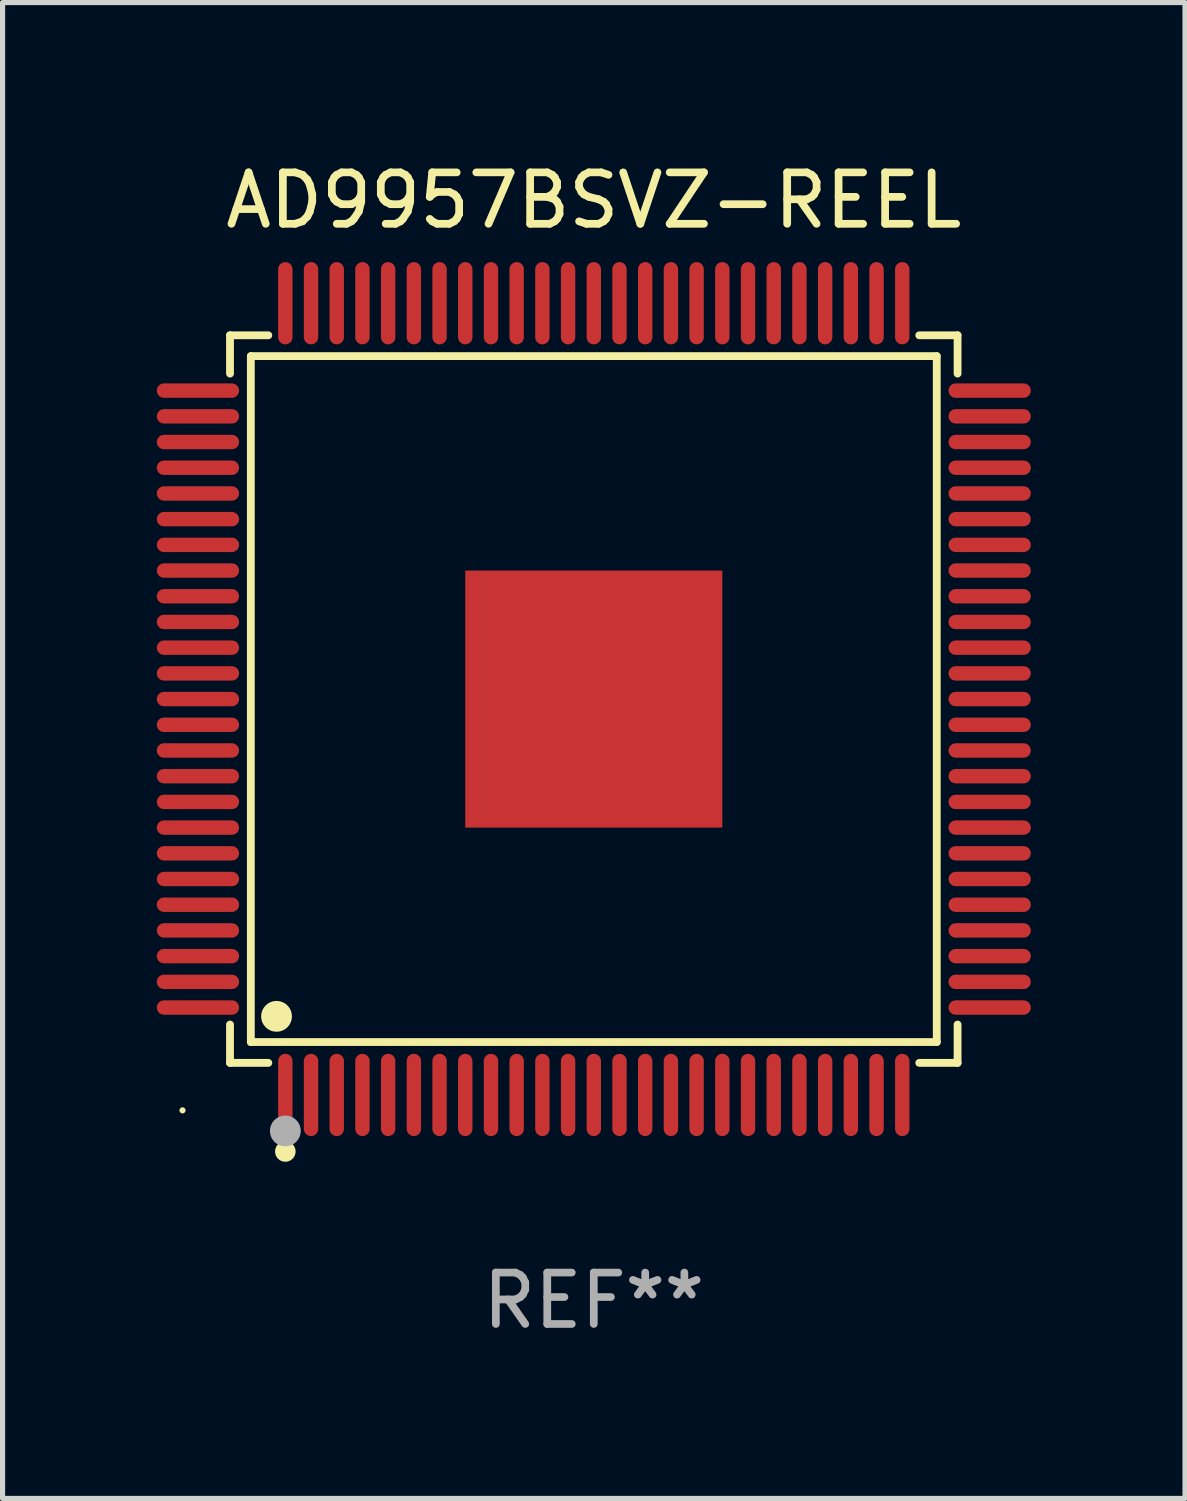
<source format=kicad_pcb>
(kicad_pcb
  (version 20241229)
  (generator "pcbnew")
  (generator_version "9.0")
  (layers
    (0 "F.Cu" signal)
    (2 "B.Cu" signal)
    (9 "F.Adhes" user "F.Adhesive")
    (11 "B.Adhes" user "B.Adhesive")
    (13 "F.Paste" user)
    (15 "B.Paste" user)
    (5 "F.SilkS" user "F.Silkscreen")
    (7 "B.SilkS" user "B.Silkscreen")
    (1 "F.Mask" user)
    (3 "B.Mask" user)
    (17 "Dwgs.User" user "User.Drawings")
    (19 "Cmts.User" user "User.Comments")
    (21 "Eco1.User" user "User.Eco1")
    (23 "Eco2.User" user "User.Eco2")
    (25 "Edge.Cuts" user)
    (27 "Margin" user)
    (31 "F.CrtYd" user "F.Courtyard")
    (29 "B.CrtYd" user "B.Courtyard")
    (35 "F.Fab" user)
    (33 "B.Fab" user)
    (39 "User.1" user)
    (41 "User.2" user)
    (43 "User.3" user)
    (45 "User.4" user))
  (footprint "AD9957BSVZ-REEL"
    (layer "F.Cu")
    (at 8.5 10.548)
    (property "Reference" "AD9957BSVZ-REEL" (at 0 -9.7 0) (layer "F.SilkS") (effects (font (size 1 1) (thickness 0.15))))
    (attr through_hole)
    (fp_line (start -7.076 -7.076) (end -6.331 -7.076) (stroke (width 0.152) (type solid)) (layer "F.SilkS"))
    (fp_line (start -7.076 -6.331) (end -7.076 -7.076) (stroke (width 0.152) (type solid)) (layer "F.SilkS"))
    (fp_line (start -7.076 6.331) (end -7.076 7.076) (stroke (width 0.152) (type solid)) (layer "F.SilkS"))
    (fp_line (start -7.076 7.076) (end -6.331 7.076) (stroke (width 0.152) (type solid)) (layer "F.SilkS"))
    (fp_line (start -6.671 -6.671) (end 6.671 -6.671) (stroke (width 0.152) (type solid)) (layer "F.SilkS"))
    (fp_line (start -6.671 6.671) (end -6.671 -6.671) (stroke (width 0.152) (type solid)) (layer "F.SilkS"))
    (fp_line (start 6.671 -6.671) (end 6.671 6.671) (stroke (width 0.152) (type solid)) (layer "F.SilkS"))
    (fp_line (start 6.671 6.671) (end -6.671 6.671) (stroke (width 0.152) (type solid)) (layer "F.SilkS"))
    (fp_line (start 7.076 -7.076) (end 6.331 -7.076) (stroke (width 0.152) (type solid)) (layer "F.SilkS"))
    (fp_line (start 7.076 -6.331) (end 7.076 -7.076) (stroke (width 0.152) (type solid)) (layer "F.SilkS"))
    (fp_line (start 7.076 6.331) (end 7.076 7.076) (stroke (width 0.152) (type solid)) (layer "F.SilkS"))
    (fp_line (start 7.076 7.076) (end 6.331 7.076) (stroke (width 0.152) (type solid)) (layer "F.SilkS"))
    (fp_circle (center -8 8) (end -7.97 8) (stroke (width 0.06) (type solid)) (fill no) (layer "F.SilkS"))
    (fp_circle (center -6.171 6.171) (end -6.021 6.171) (stroke (width 0.3) (type solid)) (fill no) (layer "F.SilkS"))
    (fp_circle (center -6 8.8) (end -5.9 8.8) (stroke (width 0.2) (type solid)) (fill no) (layer "F.SilkS"))
    (fp_circle (center -6 8.4) (end -5.85 8.4) (stroke (width 0.3) (type solid)) (fill no) (layer "F.Fab"))
    (fp_text user "REF**" (at 0 11.7 0) (layer "F.Fab") (effects (font (size 1 1) (thickness 0.15))))
    (pad "1" smd oval (at -6 7.7) (size 0.28 1.6) (layers "F.Cu" "F.Mask" "F.Paste"))
    (pad "2" smd oval (at -5.5 7.7) (size 0.28 1.6) (layers "F.Cu" "F.Mask" "F.Paste"))
    (pad "3" smd oval (at -5 7.7) (size 0.28 1.6) (layers "F.Cu" "F.Mask" "F.Paste"))
    (pad "4" smd oval (at -4.5 7.7) (size 0.28 1.6) (layers "F.Cu" "F.Mask" "F.Paste"))
    (pad "5" smd oval (at -4 7.7) (size 0.28 1.6) (layers "F.Cu" "F.Mask" "F.Paste"))
    (pad "6" smd oval (at -3.5 7.7) (size 0.28 1.6) (layers "F.Cu" "F.Mask" "F.Paste"))
    (pad "7" smd oval (at -3 7.7) (size 0.28 1.6) (layers "F.Cu" "F.Mask" "F.Paste"))
    (pad "8" smd oval (at -2.5 7.7) (size 0.28 1.6) (layers "F.Cu" "F.Mask" "F.Paste"))
    (pad "9" smd oval (at -2 7.7) (size 0.28 1.6) (layers "F.Cu" "F.Mask" "F.Paste"))
    (pad "10" smd oval (at -1.5 7.7) (size 0.28 1.6) (layers "F.Cu" "F.Mask" "F.Paste"))
    (pad "11" smd oval (at -1 7.7) (size 0.28 1.6) (layers "F.Cu" "F.Mask" "F.Paste"))
    (pad "12" smd oval (at -0.5 7.7) (size 0.28 1.6) (layers "F.Cu" "F.Mask" "F.Paste"))
    (pad "13" smd oval (at 0 7.7) (size 0.28 1.6) (layers "F.Cu" "F.Mask" "F.Paste"))
    (pad "14" smd oval (at 0.5 7.7) (size 0.28 1.6) (layers "F.Cu" "F.Mask" "F.Paste"))
    (pad "15" smd oval (at 1 7.7) (size 0.28 1.6) (layers "F.Cu" "F.Mask" "F.Paste"))
    (pad "16" smd oval (at 1.5 7.7) (size 0.28 1.6) (layers "F.Cu" "F.Mask" "F.Paste"))
    (pad "17" smd oval (at 2 7.7) (size 0.28 1.6) (layers "F.Cu" "F.Mask" "F.Paste"))
    (pad "18" smd oval (at 2.5 7.7) (size 0.28 1.6) (layers "F.Cu" "F.Mask" "F.Paste"))
    (pad "19" smd oval (at 3 7.7) (size 0.28 1.6) (layers "F.Cu" "F.Mask" "F.Paste"))
    (pad "20" smd oval (at 3.5 7.7) (size 0.28 1.6) (layers "F.Cu" "F.Mask" "F.Paste"))
    (pad "21" smd oval (at 4 7.7) (size 0.28 1.6) (layers "F.Cu" "F.Mask" "F.Paste"))
    (pad "22" smd oval (at 4.5 7.7) (size 0.28 1.6) (layers "F.Cu" "F.Mask" "F.Paste"))
    (pad "23" smd oval (at 5 7.7) (size 0.28 1.6) (layers "F.Cu" "F.Mask" "F.Paste"))
    (pad "24" smd oval (at 5.5 7.7) (size 0.28 1.6) (layers "F.Cu" "F.Mask" "F.Paste"))
    (pad "25" smd oval (at 6 7.7) (size 0.28 1.6) (layers "F.Cu" "F.Mask" "F.Paste"))
    (pad "26" smd oval (at 7.7 6) (size 1.6 0.28) (layers "F.Cu" "F.Mask" "F.Paste"))
    (pad "27" smd oval (at 7.7 5.5) (size 1.6 0.28) (layers "F.Cu" "F.Mask" "F.Paste"))
    (pad "28" smd oval (at 7.7 5) (size 1.6 0.28) (layers "F.Cu" "F.Mask" "F.Paste"))
    (pad "29" smd oval (at 7.7 4.5) (size 1.6 0.28) (layers "F.Cu" "F.Mask" "F.Paste"))
    (pad "30" smd oval (at 7.7 4) (size 1.6 0.28) (layers "F.Cu" "F.Mask" "F.Paste"))
    (pad "31" smd oval (at 7.7 3.5) (size 1.6 0.28) (layers "F.Cu" "F.Mask" "F.Paste"))
    (pad "32" smd oval (at 7.7 3) (size 1.6 0.28) (layers "F.Cu" "F.Mask" "F.Paste"))
    (pad "33" smd oval (at 7.7 2.5) (size 1.6 0.28) (layers "F.Cu" "F.Mask" "F.Paste"))
    (pad "34" smd oval (at 7.7 2) (size 1.6 0.28) (layers "F.Cu" "F.Mask" "F.Paste"))
    (pad "35" smd oval (at 7.7 1.5) (size 1.6 0.28) (layers "F.Cu" "F.Mask" "F.Paste"))
    (pad "36" smd oval (at 7.7 1) (size 1.6 0.28) (layers "F.Cu" "F.Mask" "F.Paste"))
    (pad "37" smd oval (at 7.7 0.5) (size 1.6 0.28) (layers "F.Cu" "F.Mask" "F.Paste"))
    (pad "38" smd oval (at 7.7 0) (size 1.6 0.28) (layers "F.Cu" "F.Mask" "F.Paste"))
    (pad "39" smd oval (at 7.7 -0.5) (size 1.6 0.28) (layers "F.Cu" "F.Mask" "F.Paste"))
    (pad "40" smd oval (at 7.7 -1) (size 1.6 0.28) (layers "F.Cu" "F.Mask" "F.Paste"))
    (pad "41" smd oval (at 7.7 -1.5) (size 1.6 0.28) (layers "F.Cu" "F.Mask" "F.Paste"))
    (pad "42" smd oval (at 7.7 -2) (size 1.6 0.28) (layers "F.Cu" "F.Mask" "F.Paste"))
    (pad "43" smd oval (at 7.7 -2.5) (size 1.6 0.28) (layers "F.Cu" "F.Mask" "F.Paste"))
    (pad "44" smd oval (at 7.7 -3) (size 1.6 0.28) (layers "F.Cu" "F.Mask" "F.Paste"))
    (pad "45" smd oval (at 7.7 -3.5) (size 1.6 0.28) (layers "F.Cu" "F.Mask" "F.Paste"))
    (pad "46" smd oval (at 7.7 -4) (size 1.6 0.28) (layers "F.Cu" "F.Mask" "F.Paste"))
    (pad "47" smd oval (at 7.7 -4.5) (size 1.6 0.28) (layers "F.Cu" "F.Mask" "F.Paste"))
    (pad "48" smd oval (at 7.7 -5) (size 1.6 0.28) (layers "F.Cu" "F.Mask" "F.Paste"))
    (pad "49" smd oval (at 7.7 -5.5) (size 1.6 0.28) (layers "F.Cu" "F.Mask" "F.Paste"))
    (pad "50" smd oval (at 7.7 -6) (size 1.6 0.28) (layers "F.Cu" "F.Mask" "F.Paste"))
    (pad "51" smd oval (at 6 -7.7) (size 0.28 1.6) (layers "F.Cu" "F.Mask" "F.Paste"))
    (pad "52" smd oval (at 5.5 -7.7) (size 0.28 1.6) (layers "F.Cu" "F.Mask" "F.Paste"))
    (pad "53" smd oval (at 5 -7.7) (size 0.28 1.6) (layers "F.Cu" "F.Mask" "F.Paste"))
    (pad "54" smd oval (at 4.5 -7.7) (size 0.28 1.6) (layers "F.Cu" "F.Mask" "F.Paste"))
    (pad "55" smd oval (at 4 -7.7) (size 0.28 1.6) (layers "F.Cu" "F.Mask" "F.Paste"))
    (pad "56" smd oval (at 3.5 -7.7) (size 0.28 1.6) (layers "F.Cu" "F.Mask" "F.Paste"))
    (pad "57" smd oval (at 3 -7.7) (size 0.28 1.6) (layers "F.Cu" "F.Mask" "F.Paste"))
    (pad "58" smd oval (at 2.5 -7.7) (size 0.28 1.6) (layers "F.Cu" "F.Mask" "F.Paste"))
    (pad "59" smd oval (at 2 -7.7) (size 0.28 1.6) (layers "F.Cu" "F.Mask" "F.Paste"))
    (pad "60" smd oval (at 1.5 -7.7) (size 0.28 1.6) (layers "F.Cu" "F.Mask" "F.Paste"))
    (pad "61" smd oval (at 1 -7.7) (size 0.28 1.6) (layers "F.Cu" "F.Mask" "F.Paste"))
    (pad "62" smd oval (at 0.5 -7.7) (size 0.28 1.6) (layers "F.Cu" "F.Mask" "F.Paste"))
    (pad "63" smd oval (at 0 -7.7) (size 0.28 1.6) (layers "F.Cu" "F.Mask" "F.Paste"))
    (pad "64" smd oval (at -0.5 -7.7) (size 0.28 1.6) (layers "F.Cu" "F.Mask" "F.Paste"))
    (pad "65" smd oval (at -1 -7.7) (size 0.28 1.6) (layers "F.Cu" "F.Mask" "F.Paste"))
    (pad "66" smd oval (at -1.5 -7.7) (size 0.28 1.6) (layers "F.Cu" "F.Mask" "F.Paste"))
    (pad "67" smd oval (at -2 -7.7) (size 0.28 1.6) (layers "F.Cu" "F.Mask" "F.Paste"))
    (pad "68" smd oval (at -2.5 -7.7) (size 0.28 1.6) (layers "F.Cu" "F.Mask" "F.Paste"))
    (pad "69" smd oval (at -3 -7.7) (size 0.28 1.6) (layers "F.Cu" "F.Mask" "F.Paste"))
    (pad "70" smd oval (at -3.5 -7.7) (size 0.28 1.6) (layers "F.Cu" "F.Mask" "F.Paste"))
    (pad "71" smd oval (at -4 -7.7) (size 0.28 1.6) (layers "F.Cu" "F.Mask" "F.Paste"))
    (pad "72" smd oval (at -4.5 -7.7) (size 0.28 1.6) (layers "F.Cu" "F.Mask" "F.Paste"))
    (pad "73" smd oval (at -5 -7.7) (size 0.28 1.6) (layers "F.Cu" "F.Mask" "F.Paste"))
    (pad "74" smd oval (at -5.5 -7.7) (size 0.28 1.6) (layers "F.Cu" "F.Mask" "F.Paste"))
    (pad "75" smd oval (at -6 -7.7) (size 0.28 1.6) (layers "F.Cu" "F.Mask" "F.Paste"))
    (pad "76" smd oval (at -7.7 -6) (size 1.6 0.28) (layers "F.Cu" "F.Mask" "F.Paste"))
    (pad "77" smd oval (at -7.7 -5.5) (size 1.6 0.28) (layers "F.Cu" "F.Mask" "F.Paste"))
    (pad "78" smd oval (at -7.7 -5) (size 1.6 0.28) (layers "F.Cu" "F.Mask" "F.Paste"))
    (pad "79" smd oval (at -7.7 -4.5) (size 1.6 0.28) (layers "F.Cu" "F.Mask" "F.Paste"))
    (pad "80" smd oval (at -7.7 -4) (size 1.6 0.28) (layers "F.Cu" "F.Mask" "F.Paste"))
    (pad "81" smd oval (at -7.7 -3.5) (size 1.6 0.28) (layers "F.Cu" "F.Mask" "F.Paste"))
    (pad "82" smd oval (at -7.7 -3) (size 1.6 0.28) (layers "F.Cu" "F.Mask" "F.Paste"))
    (pad "83" smd oval (at -7.7 -2.5) (size 1.6 0.28) (layers "F.Cu" "F.Mask" "F.Paste"))
    (pad "84" smd oval (at -7.7 -2) (size 1.6 0.28) (layers "F.Cu" "F.Mask" "F.Paste"))
    (pad "85" smd oval (at -7.7 -1.5) (size 1.6 0.28) (layers "F.Cu" "F.Mask" "F.Paste"))
    (pad "86" smd oval (at -7.7 -1) (size 1.6 0.28) (layers "F.Cu" "F.Mask" "F.Paste"))
    (pad "87" smd oval (at -7.7 -0.5) (size 1.6 0.28) (layers "F.Cu" "F.Mask" "F.Paste"))
    (pad "88" smd oval (at -7.7 0) (size 1.6 0.28) (layers "F.Cu" "F.Mask" "F.Paste"))
    (pad "89" smd oval (at -7.7 0.5) (size 1.6 0.28) (layers "F.Cu" "F.Mask" "F.Paste"))
    (pad "90" smd oval (at -7.7 1) (size 1.6 0.28) (layers "F.Cu" "F.Mask" "F.Paste"))
    (pad "91" smd oval (at -7.7 1.5) (size 1.6 0.28) (layers "F.Cu" "F.Mask" "F.Paste"))
    (pad "92" smd oval (at -7.7 2) (size 1.6 0.28) (layers "F.Cu" "F.Mask" "F.Paste"))
    (pad "93" smd oval (at -7.7 2.5) (size 1.6 0.28) (layers "F.Cu" "F.Mask" "F.Paste"))
    (pad "94" smd oval (at -7.7 3) (size 1.6 0.28) (layers "F.Cu" "F.Mask" "F.Paste"))
    (pad "95" smd oval (at -7.7 3.5) (size 1.6 0.28) (layers "F.Cu" "F.Mask" "F.Paste"))
    (pad "96" smd oval (at -7.7 4) (size 1.6 0.28) (layers "F.Cu" "F.Mask" "F.Paste"))
    (pad "97" smd oval (at -7.7 4.5) (size 1.6 0.28) (layers "F.Cu" "F.Mask" "F.Paste"))
    (pad "98" smd oval (at -7.7 5) (size 1.6 0.28) (layers "F.Cu" "F.Mask" "F.Paste"))
    (pad "99" smd oval (at -7.7 5.5) (size 1.6 0.28) (layers "F.Cu" "F.Mask" "F.Paste"))
    (pad "100" smd oval (at -7.7 6) (size 1.6 0.28) (layers "F.Cu" "F.Mask" "F.Paste"))
    (pad "101" smd rect (at 0 0) (size 5 5) (layers "F.Cu" "F.Mask" "F.Paste")))
  (gr_rect
    (start -3 -3)
    (end 20 26.097)
    (stroke (width 0.1) (type default))
    (fill no)
    (layer "Edge.Cuts")))
</source>
